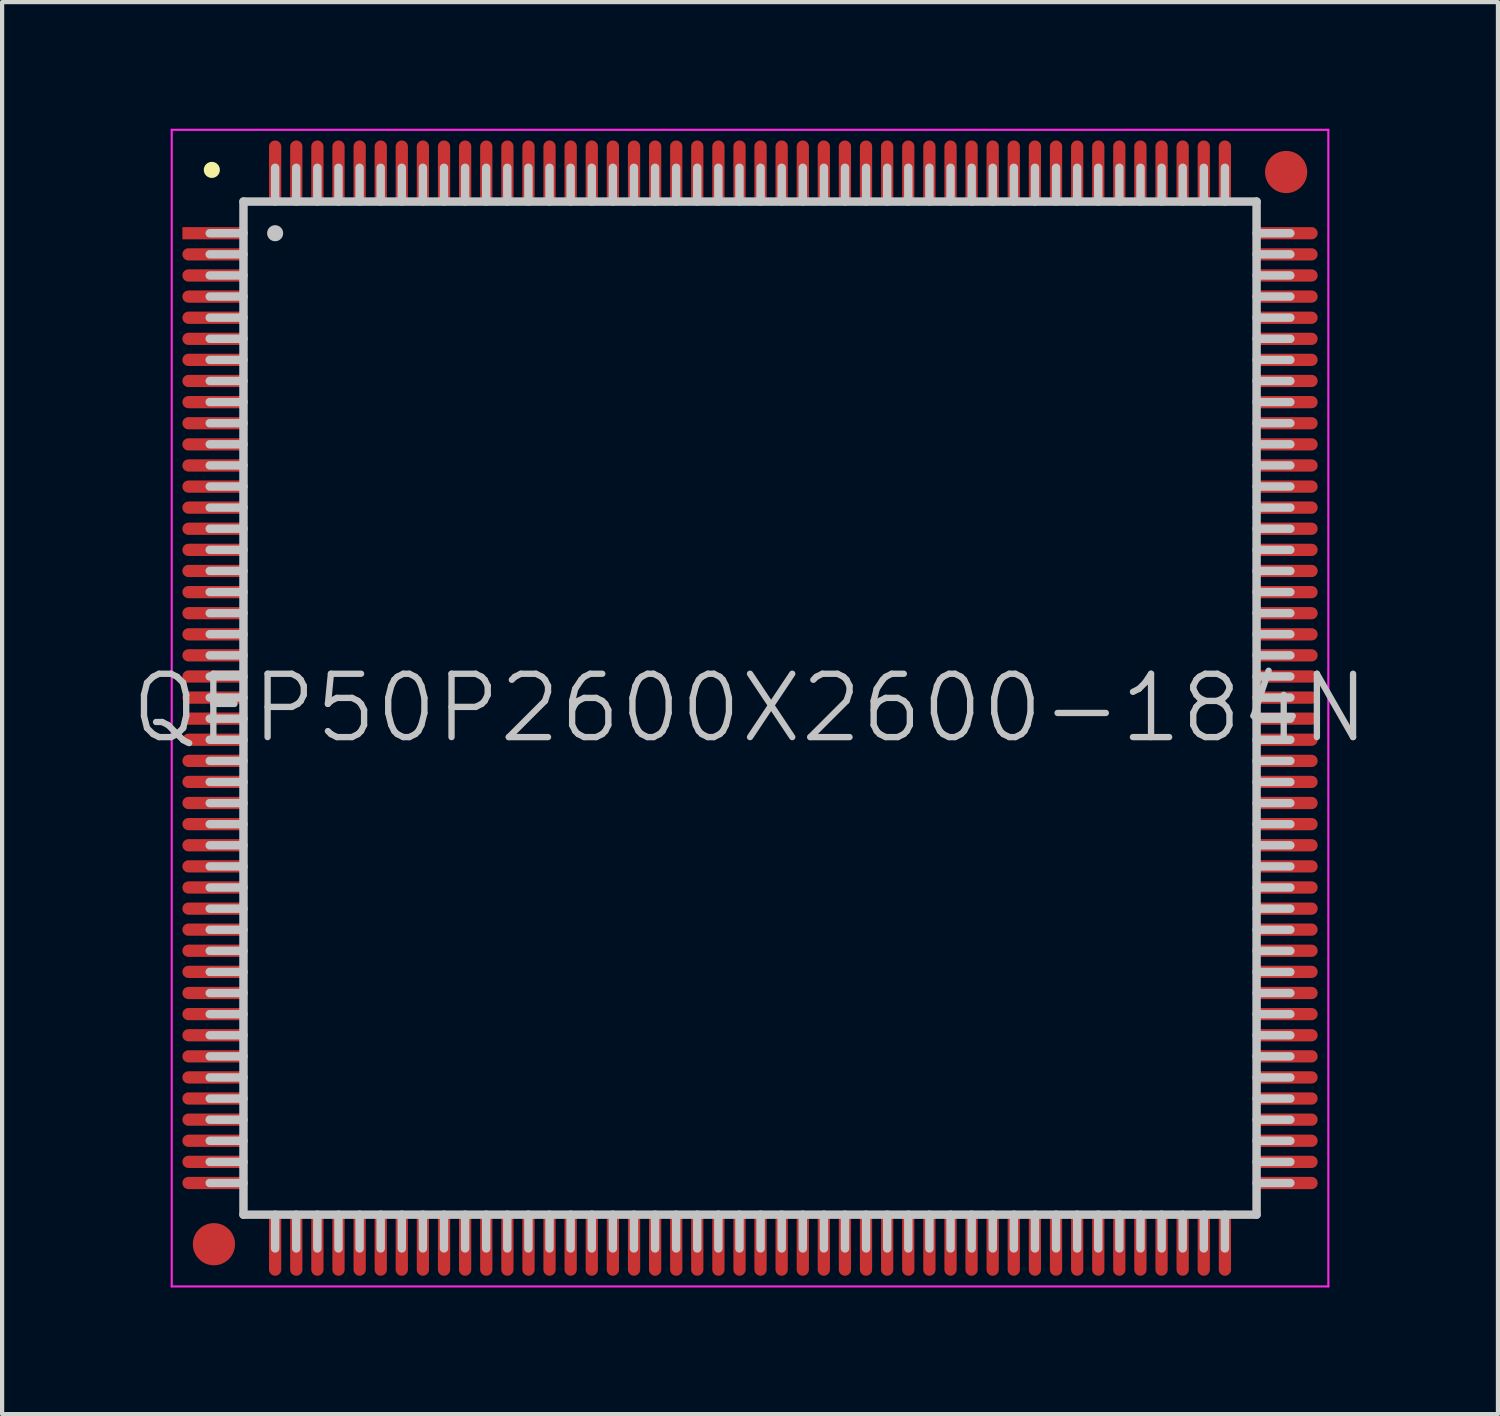
<source format=kicad_pcb>
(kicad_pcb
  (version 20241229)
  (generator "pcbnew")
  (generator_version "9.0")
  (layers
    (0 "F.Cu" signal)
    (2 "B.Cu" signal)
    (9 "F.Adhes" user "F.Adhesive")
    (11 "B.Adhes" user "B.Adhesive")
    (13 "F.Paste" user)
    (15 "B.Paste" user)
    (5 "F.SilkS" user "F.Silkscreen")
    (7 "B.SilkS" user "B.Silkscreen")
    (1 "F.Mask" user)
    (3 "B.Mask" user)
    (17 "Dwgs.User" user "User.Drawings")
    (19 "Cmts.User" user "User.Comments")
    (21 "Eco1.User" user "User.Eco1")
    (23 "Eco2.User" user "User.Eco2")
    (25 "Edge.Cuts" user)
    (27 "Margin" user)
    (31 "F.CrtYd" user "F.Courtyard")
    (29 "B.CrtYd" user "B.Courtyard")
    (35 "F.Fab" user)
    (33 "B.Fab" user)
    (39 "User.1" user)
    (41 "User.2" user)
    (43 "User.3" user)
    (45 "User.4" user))
  (footprint "QFP50P2600X2600-184N"
    (layer "F.Cu")
    (at 14.718 13.725)
    (property "Reference" "QFP50P2600X2600-184N" (at 0 0 0) (layer "Dwgs.User") (effects (font (size 1.5 1.5) (thickness 0.15))))
    (attr smd)
    (fp_line (start -12.75 -12.75) (end -12.75 -12.75) (stroke (width 0.381) (type solid)) (layer "F.SilkS"))
    (fp_line (start -12 -12) (end -12 12) (stroke (width 0.2) (type solid)) (layer "Dwgs.User"))
    (fp_line (start -12 -12) (end 12 -12) (stroke (width 0.2) (type solid)) (layer "Dwgs.User"))
    (fp_line (start -12 -11.25) (end -12.8 -11.25) (stroke (width 0.2) (type solid)) (layer "Dwgs.User"))
    (fp_line (start -12 -10.75) (end -12.8 -10.75) (stroke (width 0.2) (type solid)) (layer "Dwgs.User"))
    (fp_line (start -12 -10.25) (end -12.8 -10.25) (stroke (width 0.2) (type solid)) (layer "Dwgs.User"))
    (fp_line (start -12 -9.75) (end -12.8 -9.75) (stroke (width 0.2) (type solid)) (layer "Dwgs.User"))
    (fp_line (start -12 -9.25) (end -12.8 -9.25) (stroke (width 0.2) (type solid)) (layer "Dwgs.User"))
    (fp_line (start -12 -8.75) (end -12.8 -8.75) (stroke (width 0.2) (type solid)) (layer "Dwgs.User"))
    (fp_line (start -12 -8.25) (end -12.8 -8.25) (stroke (width 0.2) (type solid)) (layer "Dwgs.User"))
    (fp_line (start -12 -7.75) (end -12.8 -7.75) (stroke (width 0.2) (type solid)) (layer "Dwgs.User"))
    (fp_line (start -12 -7.25) (end -12.8 -7.25) (stroke (width 0.2) (type solid)) (layer "Dwgs.User"))
    (fp_line (start -12 -6.75) (end -12.8 -6.75) (stroke (width 0.2) (type solid)) (layer "Dwgs.User"))
    (fp_line (start -12 -6.25) (end -12.8 -6.25) (stroke (width 0.2) (type solid)) (layer "Dwgs.User"))
    (fp_line (start -12 -5.75) (end -12.8 -5.75) (stroke (width 0.2) (type solid)) (layer "Dwgs.User"))
    (fp_line (start -12 -5.25) (end -12.8 -5.25) (stroke (width 0.2) (type solid)) (layer "Dwgs.User"))
    (fp_line (start -12 -4.75) (end -12.8 -4.75) (stroke (width 0.2) (type solid)) (layer "Dwgs.User"))
    (fp_line (start -12 -4.25) (end -12.8 -4.25) (stroke (width 0.2) (type solid)) (layer "Dwgs.User"))
    (fp_line (start -12 -3.75) (end -12.8 -3.75) (stroke (width 0.2) (type solid)) (layer "Dwgs.User"))
    (fp_line (start -12 -3.25) (end -12.8 -3.25) (stroke (width 0.2) (type solid)) (layer "Dwgs.User"))
    (fp_line (start -12 -2.75) (end -12.8 -2.75) (stroke (width 0.2) (type solid)) (layer "Dwgs.User"))
    (fp_line (start -12 -2.25) (end -12.8 -2.25) (stroke (width 0.2) (type solid)) (layer "Dwgs.User"))
    (fp_line (start -12 -1.75) (end -12.8 -1.75) (stroke (width 0.2) (type solid)) (layer "Dwgs.User"))
    (fp_line (start -12 -1.25) (end -12.8 -1.25) (stroke (width 0.2) (type solid)) (layer "Dwgs.User"))
    (fp_line (start -12 -0.75) (end -12.8 -0.75) (stroke (width 0.2) (type solid)) (layer "Dwgs.User"))
    (fp_line (start -12 -0.25) (end -12.8 -0.25) (stroke (width 0.2) (type solid)) (layer "Dwgs.User"))
    (fp_line (start -12 0.25) (end -12.8 0.25) (stroke (width 0.2) (type solid)) (layer "Dwgs.User"))
    (fp_line (start -12 0.75) (end -12.8 0.75) (stroke (width 0.2) (type solid)) (layer "Dwgs.User"))
    (fp_line (start -12 1.25) (end -12.8 1.25) (stroke (width 0.2) (type solid)) (layer "Dwgs.User"))
    (fp_line (start -12 1.75) (end -12.8 1.75) (stroke (width 0.2) (type solid)) (layer "Dwgs.User"))
    (fp_line (start -12 2.25) (end -12.8 2.25) (stroke (width 0.2) (type solid)) (layer "Dwgs.User"))
    (fp_line (start -12 2.75) (end -12.8 2.75) (stroke (width 0.2) (type solid)) (layer "Dwgs.User"))
    (fp_line (start -12 3.25) (end -12.8 3.25) (stroke (width 0.2) (type solid)) (layer "Dwgs.User"))
    (fp_line (start -12 3.75) (end -12.8 3.75) (stroke (width 0.2) (type solid)) (layer "Dwgs.User"))
    (fp_line (start -12 4.25) (end -12.8 4.25) (stroke (width 0.2) (type solid)) (layer "Dwgs.User"))
    (fp_line (start -12 4.75) (end -12.8 4.75) (stroke (width 0.2) (type solid)) (layer "Dwgs.User"))
    (fp_line (start -12 5.25) (end -12.8 5.25) (stroke (width 0.2) (type solid)) (layer "Dwgs.User"))
    (fp_line (start -12 5.75) (end -12.8 5.75) (stroke (width 0.2) (type solid)) (layer "Dwgs.User"))
    (fp_line (start -12 6.25) (end -12.8 6.25) (stroke (width 0.2) (type solid)) (layer "Dwgs.User"))
    (fp_line (start -12 6.75) (end -12.8 6.75) (stroke (width 0.2) (type solid)) (layer "Dwgs.User"))
    (fp_line (start -12 7.25) (end -12.8 7.25) (stroke (width 0.2) (type solid)) (layer "Dwgs.User"))
    (fp_line (start -12 7.75) (end -12.8 7.75) (stroke (width 0.2) (type solid)) (layer "Dwgs.User"))
    (fp_line (start -12 8.25) (end -12.8 8.25) (stroke (width 0.2) (type solid)) (layer "Dwgs.User"))
    (fp_line (start -12 8.75) (end -12.8 8.75) (stroke (width 0.2) (type solid)) (layer "Dwgs.User"))
    (fp_line (start -12 9.25) (end -12.8 9.25) (stroke (width 0.2) (type solid)) (layer "Dwgs.User"))
    (fp_line (start -12 9.75) (end -12.8 9.75) (stroke (width 0.2) (type solid)) (layer "Dwgs.User"))
    (fp_line (start -12 10.25) (end -12.8 10.25) (stroke (width 0.2) (type solid)) (layer "Dwgs.User"))
    (fp_line (start -12 10.75) (end -12.8 10.75) (stroke (width 0.2) (type solid)) (layer "Dwgs.User"))
    (fp_line (start -12 11.25) (end -12.8 11.25) (stroke (width 0.2) (type solid)) (layer "Dwgs.User"))
    (fp_line (start -12 12) (end 12 12) (stroke (width 0.2) (type solid)) (layer "Dwgs.User"))
    (fp_line (start -11.25 -12) (end -11.25 -12.8) (stroke (width 0.2) (type solid)) (layer "Dwgs.User"))
    (fp_line (start -11.25 -11.25) (end -11.25 -11.25) (stroke (width 0.381) (type solid)) (layer "Dwgs.User"))
    (fp_line (start -11.25 12.8) (end -11.25 12) (stroke (width 0.2) (type solid)) (layer "Dwgs.User"))
    (fp_line (start -10.75 -12) (end -10.75 -12.8) (stroke (width 0.2) (type solid)) (layer "Dwgs.User"))
    (fp_line (start -10.75 12.8) (end -10.75 12) (stroke (width 0.2) (type solid)) (layer "Dwgs.User"))
    (fp_line (start -10.25 -12) (end -10.25 -12.8) (stroke (width 0.2) (type solid)) (layer "Dwgs.User"))
    (fp_line (start -10.25 12.8) (end -10.25 12) (stroke (width 0.2) (type solid)) (layer "Dwgs.User"))
    (fp_line (start -9.75 -12) (end -9.75 -12.8) (stroke (width 0.2) (type solid)) (layer "Dwgs.User"))
    (fp_line (start -9.75 12.8) (end -9.75 12) (stroke (width 0.2) (type solid)) (layer "Dwgs.User"))
    (fp_line (start -9.25 -12) (end -9.25 -12.8) (stroke (width 0.2) (type solid)) (layer "Dwgs.User"))
    (fp_line (start -9.25 12.8) (end -9.25 12) (stroke (width 0.2) (type solid)) (layer "Dwgs.User"))
    (fp_line (start -8.75 -12) (end -8.75 -12.8) (stroke (width 0.2) (type solid)) (layer "Dwgs.User"))
    (fp_line (start -8.75 12.8) (end -8.75 12) (stroke (width 0.2) (type solid)) (layer "Dwgs.User"))
    (fp_line (start -8.25 -12) (end -8.25 -12.8) (stroke (width 0.2) (type solid)) (layer "Dwgs.User"))
    (fp_line (start -8.25 12.8) (end -8.25 12) (stroke (width 0.2) (type solid)) (layer "Dwgs.User"))
    (fp_line (start -7.75 -12) (end -7.75 -12.8) (stroke (width 0.2) (type solid)) (layer "Dwgs.User"))
    (fp_line (start -7.75 12.8) (end -7.75 12) (stroke (width 0.2) (type solid)) (layer "Dwgs.User"))
    (fp_line (start -7.25 -12) (end -7.25 -12.8) (stroke (width 0.2) (type solid)) (layer "Dwgs.User"))
    (fp_line (start -7.25 12.8) (end -7.25 12) (stroke (width 0.2) (type solid)) (layer "Dwgs.User"))
    (fp_line (start -6.75 -12) (end -6.75 -12.8) (stroke (width 0.2) (type solid)) (layer "Dwgs.User"))
    (fp_line (start -6.75 12.8) (end -6.75 12) (stroke (width 0.2) (type solid)) (layer "Dwgs.User"))
    (fp_line (start -6.25 -12) (end -6.25 -12.8) (stroke (width 0.2) (type solid)) (layer "Dwgs.User"))
    (fp_line (start -6.25 12.8) (end -6.25 12) (stroke (width 0.2) (type solid)) (layer "Dwgs.User"))
    (fp_line (start -5.75 -12) (end -5.75 -12.8) (stroke (width 0.2) (type solid)) (layer "Dwgs.User"))
    (fp_line (start -5.75 12.8) (end -5.75 12) (stroke (width 0.2) (type solid)) (layer "Dwgs.User"))
    (fp_line (start -5.25 -12) (end -5.25 -12.8) (stroke (width 0.2) (type solid)) (layer "Dwgs.User"))
    (fp_line (start -5.25 12.8) (end -5.25 12) (stroke (width 0.2) (type solid)) (layer "Dwgs.User"))
    (fp_line (start -4.75 -12) (end -4.75 -12.8) (stroke (width 0.2) (type solid)) (layer "Dwgs.User"))
    (fp_line (start -4.75 12.8) (end -4.75 12) (stroke (width 0.2) (type solid)) (layer "Dwgs.User"))
    (fp_line (start -4.25 -12) (end -4.25 -12.8) (stroke (width 0.2) (type solid)) (layer "Dwgs.User"))
    (fp_line (start -4.25 12.8) (end -4.25 12) (stroke (width 0.2) (type solid)) (layer "Dwgs.User"))
    (fp_line (start -3.75 -12) (end -3.75 -12.8) (stroke (width 0.2) (type solid)) (layer "Dwgs.User"))
    (fp_line (start -3.75 12.8) (end -3.75 12) (stroke (width 0.2) (type solid)) (layer "Dwgs.User"))
    (fp_line (start -3.25 -12) (end -3.25 -12.8) (stroke (width 0.2) (type solid)) (layer "Dwgs.User"))
    (fp_line (start -3.25 12.8) (end -3.25 12) (stroke (width 0.2) (type solid)) (layer "Dwgs.User"))
    (fp_line (start -2.75 -12) (end -2.75 -12.8) (stroke (width 0.2) (type solid)) (layer "Dwgs.User"))
    (fp_line (start -2.75 12.8) (end -2.75 12) (stroke (width 0.2) (type solid)) (layer "Dwgs.User"))
    (fp_line (start -2.25 -12) (end -2.25 -12.8) (stroke (width 0.2) (type solid)) (layer "Dwgs.User"))
    (fp_line (start -2.25 12.8) (end -2.25 12) (stroke (width 0.2) (type solid)) (layer "Dwgs.User"))
    (fp_line (start -1.75 -12) (end -1.75 -12.8) (stroke (width 0.2) (type solid)) (layer "Dwgs.User"))
    (fp_line (start -1.75 12.8) (end -1.75 12) (stroke (width 0.2) (type solid)) (layer "Dwgs.User"))
    (fp_line (start -1.25 -12) (end -1.25 -12.8) (stroke (width 0.2) (type solid)) (layer "Dwgs.User"))
    (fp_line (start -1.25 12.8) (end -1.25 12) (stroke (width 0.2) (type solid)) (layer "Dwgs.User"))
    (fp_line (start -0.75 -12) (end -0.75 -12.8) (stroke (width 0.2) (type solid)) (layer "Dwgs.User"))
    (fp_line (start -0.75 12.8) (end -0.75 12) (stroke (width 0.2) (type solid)) (layer "Dwgs.User"))
    (fp_line (start -0.25 -12) (end -0.25 -12.8) (stroke (width 0.2) (type solid)) (layer "Dwgs.User"))
    (fp_line (start -0.25 12.8) (end -0.25 12) (stroke (width 0.2) (type solid)) (layer "Dwgs.User"))
    (fp_line (start 0.25 -12) (end 0.25 -12.8) (stroke (width 0.2) (type solid)) (layer "Dwgs.User"))
    (fp_line (start 0.25 12.8) (end 0.25 12) (stroke (width 0.2) (type solid)) (layer "Dwgs.User"))
    (fp_line (start 0.75 -12) (end 0.75 -12.8) (stroke (width 0.2) (type solid)) (layer "Dwgs.User"))
    (fp_line (start 0.75 12.8) (end 0.75 12) (stroke (width 0.2) (type solid)) (layer "Dwgs.User"))
    (fp_line (start 1.25 -12) (end 1.25 -12.8) (stroke (width 0.2) (type solid)) (layer "Dwgs.User"))
    (fp_line (start 1.25 12.8) (end 1.25 12) (stroke (width 0.2) (type solid)) (layer "Dwgs.User"))
    (fp_line (start 1.75 -12) (end 1.75 -12.8) (stroke (width 0.2) (type solid)) (layer "Dwgs.User"))
    (fp_line (start 1.75 12.8) (end 1.75 12) (stroke (width 0.2) (type solid)) (layer "Dwgs.User"))
    (fp_line (start 2.25 -12) (end 2.25 -12.8) (stroke (width 0.2) (type solid)) (layer "Dwgs.User"))
    (fp_line (start 2.25 12.8) (end 2.25 12) (stroke (width 0.2) (type solid)) (layer "Dwgs.User"))
    (fp_line (start 2.75 -12) (end 2.75 -12.8) (stroke (width 0.2) (type solid)) (layer "Dwgs.User"))
    (fp_line (start 2.75 12.8) (end 2.75 12) (stroke (width 0.2) (type solid)) (layer "Dwgs.User"))
    (fp_line (start 3.25 -12) (end 3.25 -12.8) (stroke (width 0.2) (type solid)) (layer "Dwgs.User"))
    (fp_line (start 3.25 12.8) (end 3.25 12) (stroke (width 0.2) (type solid)) (layer "Dwgs.User"))
    (fp_line (start 3.75 -12) (end 3.75 -12.8) (stroke (width 0.2) (type solid)) (layer "Dwgs.User"))
    (fp_line (start 3.75 12.8) (end 3.75 12) (stroke (width 0.2) (type solid)) (layer "Dwgs.User"))
    (fp_line (start 4.25 -12) (end 4.25 -12.8) (stroke (width 0.2) (type solid)) (layer "Dwgs.User"))
    (fp_line (start 4.25 12.8) (end 4.25 12) (stroke (width 0.2) (type solid)) (layer "Dwgs.User"))
    (fp_line (start 4.75 -12) (end 4.75 -12.8) (stroke (width 0.2) (type solid)) (layer "Dwgs.User"))
    (fp_line (start 4.75 12.8) (end 4.75 12) (stroke (width 0.2) (type solid)) (layer "Dwgs.User"))
    (fp_line (start 5.25 -12) (end 5.25 -12.8) (stroke (width 0.2) (type solid)) (layer "Dwgs.User"))
    (fp_line (start 5.25 12.8) (end 5.25 12) (stroke (width 0.2) (type solid)) (layer "Dwgs.User"))
    (fp_line (start 5.75 -12) (end 5.75 -12.8) (stroke (width 0.2) (type solid)) (layer "Dwgs.User"))
    (fp_line (start 5.75 12.8) (end 5.75 12) (stroke (width 0.2) (type solid)) (layer "Dwgs.User"))
    (fp_line (start 6.25 -12) (end 6.25 -12.8) (stroke (width 0.2) (type solid)) (layer "Dwgs.User"))
    (fp_line (start 6.25 12.8) (end 6.25 12) (stroke (width 0.2) (type solid)) (layer "Dwgs.User"))
    (fp_line (start 6.75 -12) (end 6.75 -12.8) (stroke (width 0.2) (type solid)) (layer "Dwgs.User"))
    (fp_line (start 6.75 12.8) (end 6.75 12) (stroke (width 0.2) (type solid)) (layer "Dwgs.User"))
    (fp_line (start 7.25 -12) (end 7.25 -12.8) (stroke (width 0.2) (type solid)) (layer "Dwgs.User"))
    (fp_line (start 7.25 12.8) (end 7.25 12) (stroke (width 0.2) (type solid)) (layer "Dwgs.User"))
    (fp_line (start 7.75 -12) (end 7.75 -12.8) (stroke (width 0.2) (type solid)) (layer "Dwgs.User"))
    (fp_line (start 7.75 12.8) (end 7.75 12) (stroke (width 0.2) (type solid)) (layer "Dwgs.User"))
    (fp_line (start 8.25 -12) (end 8.25 -12.8) (stroke (width 0.2) (type solid)) (layer "Dwgs.User"))
    (fp_line (start 8.25 12.8) (end 8.25 12) (stroke (width 0.2) (type solid)) (layer "Dwgs.User"))
    (fp_line (start 8.75 -12) (end 8.75 -12.8) (stroke (width 0.2) (type solid)) (layer "Dwgs.User"))
    (fp_line (start 8.75 12.8) (end 8.75 12) (stroke (width 0.2) (type solid)) (layer "Dwgs.User"))
    (fp_line (start 9.25 -12) (end 9.25 -12.8) (stroke (width 0.2) (type solid)) (layer "Dwgs.User"))
    (fp_line (start 9.25 12.8) (end 9.25 12) (stroke (width 0.2) (type solid)) (layer "Dwgs.User"))
    (fp_line (start 9.75 -12) (end 9.75 -12.8) (stroke (width 0.2) (type solid)) (layer "Dwgs.User"))
    (fp_line (start 9.75 12.8) (end 9.75 12) (stroke (width 0.2) (type solid)) (layer "Dwgs.User"))
    (fp_line (start 10.25 -12) (end 10.25 -12.8) (stroke (width 0.2) (type solid)) (layer "Dwgs.User"))
    (fp_line (start 10.25 12.8) (end 10.25 12) (stroke (width 0.2) (type solid)) (layer "Dwgs.User"))
    (fp_line (start 10.75 -12) (end 10.75 -12.8) (stroke (width 0.2) (type solid)) (layer "Dwgs.User"))
    (fp_line (start 10.75 12.8) (end 10.75 12) (stroke (width 0.2) (type solid)) (layer "Dwgs.User"))
    (fp_line (start 11.25 -12) (end 11.25 -12.8) (stroke (width 0.2) (type solid)) (layer "Dwgs.User"))
    (fp_line (start 11.25 12.8) (end 11.25 12) (stroke (width 0.2) (type solid)) (layer "Dwgs.User"))
    (fp_line (start 12 -12) (end 12 12) (stroke (width 0.2) (type solid)) (layer "Dwgs.User"))
    (fp_line (start 12.8 -11.25) (end 12 -11.25) (stroke (width 0.2) (type solid)) (layer "Dwgs.User"))
    (fp_line (start 12.8 -10.75) (end 12 -10.75) (stroke (width 0.2) (type solid)) (layer "Dwgs.User"))
    (fp_line (start 12.8 -10.25) (end 12 -10.25) (stroke (width 0.2) (type solid)) (layer "Dwgs.User"))
    (fp_line (start 12.8 -9.75) (end 12 -9.75) (stroke (width 0.2) (type solid)) (layer "Dwgs.User"))
    (fp_line (start 12.8 -9.25) (end 12 -9.25) (stroke (width 0.2) (type solid)) (layer "Dwgs.User"))
    (fp_line (start 12.8 -8.75) (end 12 -8.75) (stroke (width 0.2) (type solid)) (layer "Dwgs.User"))
    (fp_line (start 12.8 -8.25) (end 12 -8.25) (stroke (width 0.2) (type solid)) (layer "Dwgs.User"))
    (fp_line (start 12.8 -7.75) (end 12 -7.75) (stroke (width 0.2) (type solid)) (layer "Dwgs.User"))
    (fp_line (start 12.8 -7.25) (end 12 -7.25) (stroke (width 0.2) (type solid)) (layer "Dwgs.User"))
    (fp_line (start 12.8 -6.75) (end 12 -6.75) (stroke (width 0.2) (type solid)) (layer "Dwgs.User"))
    (fp_line (start 12.8 -6.25) (end 12 -6.25) (stroke (width 0.2) (type solid)) (layer "Dwgs.User"))
    (fp_line (start 12.8 -5.75) (end 12 -5.75) (stroke (width 0.2) (type solid)) (layer "Dwgs.User"))
    (fp_line (start 12.8 -5.25) (end 12 -5.25) (stroke (width 0.2) (type solid)) (layer "Dwgs.User"))
    (fp_line (start 12.8 -4.75) (end 12 -4.75) (stroke (width 0.2) (type solid)) (layer "Dwgs.User"))
    (fp_line (start 12.8 -4.25) (end 12 -4.25) (stroke (width 0.2) (type solid)) (layer "Dwgs.User"))
    (fp_line (start 12.8 -3.75) (end 12 -3.75) (stroke (width 0.2) (type solid)) (layer "Dwgs.User"))
    (fp_line (start 12.8 -3.25) (end 12 -3.25) (stroke (width 0.2) (type solid)) (layer "Dwgs.User"))
    (fp_line (start 12.8 -2.75) (end 12 -2.75) (stroke (width 0.2) (type solid)) (layer "Dwgs.User"))
    (fp_line (start 12.8 -2.25) (end 12 -2.25) (stroke (width 0.2) (type solid)) (layer "Dwgs.User"))
    (fp_line (start 12.8 -1.75) (end 12 -1.75) (stroke (width 0.2) (type solid)) (layer "Dwgs.User"))
    (fp_line (start 12.8 -1.25) (end 12 -1.25) (stroke (width 0.2) (type solid)) (layer "Dwgs.User"))
    (fp_line (start 12.8 -0.75) (end 12 -0.75) (stroke (width 0.2) (type solid)) (layer "Dwgs.User"))
    (fp_line (start 12.8 -0.25) (end 12 -0.25) (stroke (width 0.2) (type solid)) (layer "Dwgs.User"))
    (fp_line (start 12.8 0.25) (end 12 0.25) (stroke (width 0.2) (type solid)) (layer "Dwgs.User"))
    (fp_line (start 12.8 0.75) (end 12 0.75) (stroke (width 0.2) (type solid)) (layer "Dwgs.User"))
    (fp_line (start 12.8 1.25) (end 12 1.25) (stroke (width 0.2) (type solid)) (layer "Dwgs.User"))
    (fp_line (start 12.8 1.75) (end 12 1.75) (stroke (width 0.2) (type solid)) (layer "Dwgs.User"))
    (fp_line (start 12.8 2.25) (end 12 2.25) (stroke (width 0.2) (type solid)) (layer "Dwgs.User"))
    (fp_line (start 12.8 2.75) (end 12 2.75) (stroke (width 0.2) (type solid)) (layer "Dwgs.User"))
    (fp_line (start 12.8 3.25) (end 12 3.25) (stroke (width 0.2) (type solid)) (layer "Dwgs.User"))
    (fp_line (start 12.8 3.75) (end 12 3.75) (stroke (width 0.2) (type solid)) (layer "Dwgs.User"))
    (fp_line (start 12.8 4.25) (end 12 4.25) (stroke (width 0.2) (type solid)) (layer "Dwgs.User"))
    (fp_line (start 12.8 4.75) (end 12 4.75) (stroke (width 0.2) (type solid)) (layer "Dwgs.User"))
    (fp_line (start 12.8 5.25) (end 12 5.25) (stroke (width 0.2) (type solid)) (layer "Dwgs.User"))
    (fp_line (start 12.8 5.75) (end 12 5.75) (stroke (width 0.2) (type solid)) (layer "Dwgs.User"))
    (fp_line (start 12.8 6.25) (end 12 6.25) (stroke (width 0.2) (type solid)) (layer "Dwgs.User"))
    (fp_line (start 12.8 6.75) (end 12 6.75) (stroke (width 0.2) (type solid)) (layer "Dwgs.User"))
    (fp_line (start 12.8 7.25) (end 12 7.25) (stroke (width 0.2) (type solid)) (layer "Dwgs.User"))
    (fp_line (start 12.8 7.75) (end 12 7.75) (stroke (width 0.2) (type solid)) (layer "Dwgs.User"))
    (fp_line (start 12.8 8.25) (end 12 8.25) (stroke (width 0.2) (type solid)) (layer "Dwgs.User"))
    (fp_line (start 12.8 8.75) (end 12 8.75) (stroke (width 0.2) (type solid)) (layer "Dwgs.User"))
    (fp_line (start 12.8 9.25) (end 12 9.25) (stroke (width 0.2) (type solid)) (layer "Dwgs.User"))
    (fp_line (start 12.8 9.75) (end 12 9.75) (stroke (width 0.2) (type solid)) (layer "Dwgs.User"))
    (fp_line (start 12.8 10.25) (end 12 10.25) (stroke (width 0.2) (type solid)) (layer "Dwgs.User"))
    (fp_line (start 12.8 10.75) (end 12 10.75) (stroke (width 0.2) (type solid)) (layer "Dwgs.User"))
    (fp_line (start 12.8 11.25) (end 12 11.25) (stroke (width 0.2) (type solid)) (layer "Dwgs.User"))
    (fp_line (start -13.7 -13.7) (end -13.7 13.7) (stroke (width 0.05) (type solid)) (layer "F.CrtYd"))
    (fp_line (start -13.7 -13.7) (end 13.7 -13.7) (stroke (width 0.05) (type solid)) (layer "F.CrtYd"))
    (fp_line (start -13.7 13.7) (end 13.7 13.7) (stroke (width 0.05) (type solid)) (layer "F.CrtYd"))
    (fp_line (start 13.7 -13.7) (end 13.7 13.7) (stroke (width 0.05) (type solid)) (layer "F.CrtYd"))
    (pad "" smd circle (at -12.7 12.7) (size 1 1) (layers "F.Cu" "F.Mask"))
    (pad "" smd circle (at 12.7 -12.7) (size 1 1) (layers "F.Cu" "F.Mask"))
    (pad "1" smd rect (at -12.697 -11.25 90) (size 0.29 1.5) (layers "F.Cu" "F.Mask" "F.Paste"))
    (pad "2" smd oval (at -12.697 -10.749 90) (size 0.29 1.5) (layers "F.Cu" "F.Mask" "F.Paste"))
    (pad "3" smd oval (at -12.697 -10.249 90) (size 0.29 1.5) (layers "F.Cu" "F.Mask" "F.Paste"))
    (pad "4" smd oval (at -12.697 -9.749 90) (size 0.29 1.5) (layers "F.Cu" "F.Mask" "F.Paste"))
    (pad "5" smd oval (at -12.697 -9.248 90) (size 0.29 1.5) (layers "F.Cu" "F.Mask" "F.Paste"))
    (pad "6" smd oval (at -12.697 -8.748 90) (size 0.29 1.5) (layers "F.Cu" "F.Mask" "F.Paste"))
    (pad "7" smd oval (at -12.697 -8.25 90) (size 0.29 1.5) (layers "F.Cu" "F.Mask" "F.Paste"))
    (pad "8" smd oval (at -12.697 -7.75 90) (size 0.29 1.5) (layers "F.Cu" "F.Mask" "F.Paste"))
    (pad "9" smd oval (at -12.697 -7.249 90) (size 0.29 1.5) (layers "F.Cu" "F.Mask" "F.Paste"))
    (pad "10" smd oval (at -12.697 -6.749 90) (size 0.29 1.5) (layers "F.Cu" "F.Mask" "F.Paste"))
    (pad "11" smd oval (at -12.697 -6.248 90) (size 0.29 1.5) (layers "F.Cu" "F.Mask" "F.Paste"))
    (pad "12" smd oval (at -12.697 -5.748 90) (size 0.29 1.5) (layers "F.Cu" "F.Mask" "F.Paste"))
    (pad "13" smd oval (at -12.697 -5.248 90) (size 0.29 1.5) (layers "F.Cu" "F.Mask" "F.Paste"))
    (pad "14" smd oval (at -12.697 -4.75 90) (size 0.29 1.5) (layers "F.Cu" "F.Mask" "F.Paste"))
    (pad "15" smd oval (at -12.697 -4.249 90) (size 0.29 1.5) (layers "F.Cu" "F.Mask" "F.Paste"))
    (pad "16" smd oval (at -12.697 -3.749 90) (size 0.29 1.5) (layers "F.Cu" "F.Mask" "F.Paste"))
    (pad "17" smd oval (at -12.697 -3.249 90) (size 0.29 1.5) (layers "F.Cu" "F.Mask" "F.Paste"))
    (pad "18" smd oval (at -12.697 -2.748 90) (size 0.29 1.5) (layers "F.Cu" "F.Mask" "F.Paste"))
    (pad "19" smd oval (at -12.697 -2.248 90) (size 0.29 1.5) (layers "F.Cu" "F.Mask" "F.Paste"))
    (pad "20" smd oval (at -12.697 -1.748 90) (size 0.29 1.5) (layers "F.Cu" "F.Mask" "F.Paste"))
    (pad "21" smd oval (at -12.697 -1.25 90) (size 0.29 1.5) (layers "F.Cu" "F.Mask" "F.Paste"))
    (pad "22" smd oval (at -12.697 -0.749 90) (size 0.29 1.5) (layers "F.Cu" "F.Mask" "F.Paste"))
    (pad "23" smd oval (at -12.697 -0.249 90) (size 0.29 1.5) (layers "F.Cu" "F.Mask" "F.Paste"))
    (pad "24" smd oval (at -12.697 0.249 90) (size 0.29 1.5) (layers "F.Cu" "F.Mask" "F.Paste"))
    (pad "25" smd oval (at -12.697 0.749 90) (size 0.29 1.5) (layers "F.Cu" "F.Mask" "F.Paste"))
    (pad "26" smd oval (at -12.697 1.25 90) (size 0.29 1.5) (layers "F.Cu" "F.Mask" "F.Paste"))
    (pad "27" smd oval (at -12.697 1.748 90) (size 0.29 1.5) (layers "F.Cu" "F.Mask" "F.Paste"))
    (pad "28" smd oval (at -12.697 2.248 90) (size 0.29 1.5) (layers "F.Cu" "F.Mask" "F.Paste"))
    (pad "29" smd oval (at -12.697 2.748 90) (size 0.29 1.5) (layers "F.Cu" "F.Mask" "F.Paste"))
    (pad "30" smd oval (at -12.697 3.249 90) (size 0.29 1.5) (layers "F.Cu" "F.Mask" "F.Paste"))
    (pad "31" smd oval (at -12.697 3.749 90) (size 0.29 1.5) (layers "F.Cu" "F.Mask" "F.Paste"))
    (pad "32" smd oval (at -12.697 4.249 90) (size 0.29 1.5) (layers "F.Cu" "F.Mask" "F.Paste"))
    (pad "33" smd oval (at -12.697 4.75 90) (size 0.29 1.5) (layers "F.Cu" "F.Mask" "F.Paste"))
    (pad "34" smd oval (at -12.697 5.248 90) (size 0.29 1.5) (layers "F.Cu" "F.Mask" "F.Paste"))
    (pad "35" smd oval (at -12.697 5.748 90) (size 0.29 1.5) (layers "F.Cu" "F.Mask" "F.Paste"))
    (pad "36" smd oval (at -12.697 6.248 90) (size 0.29 1.5) (layers "F.Cu" "F.Mask" "F.Paste"))
    (pad "37" smd oval (at -12.697 6.749 90) (size 0.29 1.5) (layers "F.Cu" "F.Mask" "F.Paste"))
    (pad "38" smd oval (at -12.697 7.249 90) (size 0.29 1.5) (layers "F.Cu" "F.Mask" "F.Paste"))
    (pad "39" smd oval (at -12.697 7.75 90) (size 0.29 1.5) (layers "F.Cu" "F.Mask" "F.Paste"))
    (pad "40" smd oval (at -12.697 8.25 90) (size 0.29 1.5) (layers "F.Cu" "F.Mask" "F.Paste"))
    (pad "41" smd oval (at -12.697 8.748 90) (size 0.29 1.5) (layers "F.Cu" "F.Mask" "F.Paste"))
    (pad "42" smd oval (at -12.697 9.248 90) (size 0.29 1.5) (layers "F.Cu" "F.Mask" "F.Paste"))
    (pad "43" smd oval (at -12.697 9.749 90) (size 0.29 1.5) (layers "F.Cu" "F.Mask" "F.Paste"))
    (pad "44" smd oval (at -12.697 10.249 90) (size 0.29 1.5) (layers "F.Cu" "F.Mask" "F.Paste"))
    (pad "45" smd oval (at -12.697 10.749 90) (size 0.29 1.5) (layers "F.Cu" "F.Mask" "F.Paste"))
    (pad "46" smd oval (at -12.697 11.25 90) (size 0.29 1.5) (layers "F.Cu" "F.Mask" "F.Paste"))
    (pad "47" smd oval (at -11.25 12.697 180) (size 0.29 1.5) (layers "F.Cu" "F.Mask" "F.Paste"))
    (pad "48" smd oval (at -10.749 12.697 180) (size 0.29 1.5) (layers "F.Cu" "F.Mask" "F.Paste"))
    (pad "49" smd oval (at -10.249 12.697 180) (size 0.29 1.5) (layers "F.Cu" "F.Mask" "F.Paste"))
    (pad "50" smd oval (at -9.749 12.697 180) (size 0.29 1.5) (layers "F.Cu" "F.Mask" "F.Paste"))
    (pad "51" smd oval (at -9.248 12.697 180) (size 0.29 1.5) (layers "F.Cu" "F.Mask" "F.Paste"))
    (pad "52" smd oval (at -8.748 12.697 180) (size 0.29 1.5) (layers "F.Cu" "F.Mask" "F.Paste"))
    (pad "53" smd oval (at -8.25 12.697 180) (size 0.29 1.5) (layers "F.Cu" "F.Mask" "F.Paste"))
    (pad "54" smd oval (at -7.75 12.697 180) (size 0.29 1.5) (layers "F.Cu" "F.Mask" "F.Paste"))
    (pad "55" smd oval (at -7.249 12.697 180) (size 0.29 1.5) (layers "F.Cu" "F.Mask" "F.Paste"))
    (pad "56" smd oval (at -6.749 12.697 180) (size 0.29 1.5) (layers "F.Cu" "F.Mask" "F.Paste"))
    (pad "57" smd oval (at -6.248 12.697 180) (size 0.29 1.5) (layers "F.Cu" "F.Mask" "F.Paste"))
    (pad "58" smd oval (at -5.748 12.697 180) (size 0.29 1.5) (layers "F.Cu" "F.Mask" "F.Paste"))
    (pad "59" smd oval (at -5.248 12.697 180) (size 0.29 1.5) (layers "F.Cu" "F.Mask" "F.Paste"))
    (pad "60" smd oval (at -4.75 12.697 180) (size 0.29 1.5) (layers "F.Cu" "F.Mask" "F.Paste"))
    (pad "61" smd oval (at -4.249 12.697 180) (size 0.29 1.5) (layers "F.Cu" "F.Mask" "F.Paste"))
    (pad "62" smd oval (at -3.749 12.697 180) (size 0.29 1.5) (layers "F.Cu" "F.Mask" "F.Paste"))
    (pad "63" smd oval (at -3.249 12.697 180) (size 0.29 1.5) (layers "F.Cu" "F.Mask" "F.Paste"))
    (pad "64" smd oval (at -2.748 12.697 180) (size 0.29 1.5) (layers "F.Cu" "F.Mask" "F.Paste"))
    (pad "65" smd oval (at -2.248 12.697 180) (size 0.29 1.5) (layers "F.Cu" "F.Mask" "F.Paste"))
    (pad "66" smd oval (at -1.748 12.697 180) (size 0.29 1.5) (layers "F.Cu" "F.Mask" "F.Paste"))
    (pad "67" smd oval (at -1.25 12.697 180) (size 0.29 1.5) (layers "F.Cu" "F.Mask" "F.Paste"))
    (pad "68" smd oval (at -0.749 12.697 180) (size 0.29 1.5) (layers "F.Cu" "F.Mask" "F.Paste"))
    (pad "69" smd oval (at -0.249 12.697 180) (size 0.29 1.5) (layers "F.Cu" "F.Mask" "F.Paste"))
    (pad "70" smd oval (at 0.249 12.697 180) (size 0.29 1.5) (layers "F.Cu" "F.Mask" "F.Paste"))
    (pad "71" smd oval (at 0.749 12.697 180) (size 0.29 1.5) (layers "F.Cu" "F.Mask" "F.Paste"))
    (pad "72" smd oval (at 1.25 12.697 180) (size 0.29 1.5) (layers "F.Cu" "F.Mask" "F.Paste"))
    (pad "73" smd oval (at 1.748 12.697 180) (size 0.29 1.5) (layers "F.Cu" "F.Mask" "F.Paste"))
    (pad "74" smd oval (at 2.248 12.697 180) (size 0.29 1.5) (layers "F.Cu" "F.Mask" "F.Paste"))
    (pad "75" smd oval (at 2.748 12.697 180) (size 0.29 1.5) (layers "F.Cu" "F.Mask" "F.Paste"))
    (pad "76" smd oval (at 3.249 12.697 180) (size 0.29 1.5) (layers "F.Cu" "F.Mask" "F.Paste"))
    (pad "77" smd oval (at 3.749 12.697 180) (size 0.29 1.5) (layers "F.Cu" "F.Mask" "F.Paste"))
    (pad "78" smd oval (at 4.249 12.697 180) (size 0.29 1.5) (layers "F.Cu" "F.Mask" "F.Paste"))
    (pad "79" smd oval (at 4.75 12.697 180) (size 0.29 1.5) (layers "F.Cu" "F.Mask" "F.Paste"))
    (pad "80" smd oval (at 5.248 12.697 180) (size 0.29 1.5) (layers "F.Cu" "F.Mask" "F.Paste"))
    (pad "81" smd oval (at 5.748 12.697 180) (size 0.29 1.5) (layers "F.Cu" "F.Mask" "F.Paste"))
    (pad "82" smd oval (at 6.248 12.697 180) (size 0.29 1.5) (layers "F.Cu" "F.Mask" "F.Paste"))
    (pad "83" smd oval (at 6.749 12.697 180) (size 0.29 1.5) (layers "F.Cu" "F.Mask" "F.Paste"))
    (pad "84" smd oval (at 7.249 12.697 180) (size 0.29 1.5) (layers "F.Cu" "F.Mask" "F.Paste"))
    (pad "85" smd oval (at 7.75 12.697 180) (size 0.29 1.5) (layers "F.Cu" "F.Mask" "F.Paste"))
    (pad "86" smd oval (at 8.25 12.697 180) (size 0.29 1.5) (layers "F.Cu" "F.Mask" "F.Paste"))
    (pad "87" smd oval (at 8.748 12.697 180) (size 0.29 1.5) (layers "F.Cu" "F.Mask" "F.Paste"))
    (pad "88" smd oval (at 9.248 12.697 180) (size 0.29 1.5) (layers "F.Cu" "F.Mask" "F.Paste"))
    (pad "89" smd oval (at 9.749 12.697 180) (size 0.29 1.5) (layers "F.Cu" "F.Mask" "F.Paste"))
    (pad "90" smd oval (at 10.249 12.697 180) (size 0.29 1.5) (layers "F.Cu" "F.Mask" "F.Paste"))
    (pad "91" smd oval (at 10.749 12.697 180) (size 0.29 1.5) (layers "F.Cu" "F.Mask" "F.Paste"))
    (pad "92" smd oval (at 11.25 12.697 180) (size 0.29 1.5) (layers "F.Cu" "F.Mask" "F.Paste"))
    (pad "93" smd oval (at 12.697 11.25 270) (size 0.29 1.5) (layers "F.Cu" "F.Mask" "F.Paste"))
    (pad "94" smd oval (at 12.697 10.749 270) (size 0.29 1.5) (layers "F.Cu" "F.Mask" "F.Paste"))
    (pad "95" smd oval (at 12.697 10.249 270) (size 0.29 1.5) (layers "F.Cu" "F.Mask" "F.Paste"))
    (pad "96" smd oval (at 12.697 9.749 270) (size 0.29 1.5) (layers "F.Cu" "F.Mask" "F.Paste"))
    (pad "97" smd oval (at 12.697 9.248 270) (size 0.29 1.5) (layers "F.Cu" "F.Mask" "F.Paste"))
    (pad "98" smd oval (at 12.697 8.748 270) (size 0.29 1.5) (layers "F.Cu" "F.Mask" "F.Paste"))
    (pad "99" smd oval (at 12.697 8.25 270) (size 0.29 1.5) (layers "F.Cu" "F.Mask" "F.Paste"))
    (pad "100" smd oval (at 12.697 7.75 270) (size 0.29 1.5) (layers "F.Cu" "F.Mask" "F.Paste"))
    (pad "101" smd oval (at 12.697 7.249 270) (size 0.29 1.5) (layers "F.Cu" "F.Mask" "F.Paste"))
    (pad "102" smd oval (at 12.697 6.749 270) (size 0.29 1.5) (layers "F.Cu" "F.Mask" "F.Paste"))
    (pad "103" smd oval (at 12.697 6.248 270) (size 0.29 1.5) (layers "F.Cu" "F.Mask" "F.Paste"))
    (pad "104" smd oval (at 12.697 5.748 270) (size 0.29 1.5) (layers "F.Cu" "F.Mask" "F.Paste"))
    (pad "105" smd oval (at 12.697 5.248 270) (size 0.29 1.5) (layers "F.Cu" "F.Mask" "F.Paste"))
    (pad "106" smd oval (at 12.697 4.75 270) (size 0.29 1.5) (layers "F.Cu" "F.Mask" "F.Paste"))
    (pad "107" smd oval (at 12.697 4.249 270) (size 0.29 1.5) (layers "F.Cu" "F.Mask" "F.Paste"))
    (pad "108" smd oval (at 12.697 3.749 270) (size 0.29 1.5) (layers "F.Cu" "F.Mask" "F.Paste"))
    (pad "109" smd oval (at 12.697 3.249 270) (size 0.29 1.5) (layers "F.Cu" "F.Mask" "F.Paste"))
    (pad "110" smd oval (at 12.697 2.748 270) (size 0.29 1.5) (layers "F.Cu" "F.Mask" "F.Paste"))
    (pad "111" smd oval (at 12.697 2.248 270) (size 0.29 1.5) (layers "F.Cu" "F.Mask" "F.Paste"))
    (pad "112" smd oval (at 12.697 1.748 270) (size 0.29 1.5) (layers "F.Cu" "F.Mask" "F.Paste"))
    (pad "113" smd oval (at 12.697 1.25 270) (size 0.29 1.5) (layers "F.Cu" "F.Mask" "F.Paste"))
    (pad "114" smd oval (at 12.697 0.749 270) (size 0.29 1.5) (layers "F.Cu" "F.Mask" "F.Paste"))
    (pad "115" smd oval (at 12.697 0.249 270) (size 0.29 1.5) (layers "F.Cu" "F.Mask" "F.Paste"))
    (pad "116" smd oval (at 12.697 -0.249 270) (size 0.29 1.5) (layers "F.Cu" "F.Mask" "F.Paste"))
    (pad "117" smd oval (at 12.697 -0.749 270) (size 0.29 1.5) (layers "F.Cu" "F.Mask" "F.Paste"))
    (pad "118" smd oval (at 12.697 -1.25 270) (size 0.29 1.5) (layers "F.Cu" "F.Mask" "F.Paste"))
    (pad "119" smd oval (at 12.697 -1.748 270) (size 0.29 1.5) (layers "F.Cu" "F.Mask" "F.Paste"))
    (pad "120" smd oval (at 12.697 -2.248 270) (size 0.29 1.5) (layers "F.Cu" "F.Mask" "F.Paste"))
    (pad "121" smd oval (at 12.697 -2.748 270) (size 0.29 1.5) (layers "F.Cu" "F.Mask" "F.Paste"))
    (pad "122" smd oval (at 12.697 -3.249 270) (size 0.29 1.5) (layers "F.Cu" "F.Mask" "F.Paste"))
    (pad "123" smd oval (at 12.697 -3.749 270) (size 0.29 1.5) (layers "F.Cu" "F.Mask" "F.Paste"))
    (pad "124" smd oval (at 12.697 -4.249 270) (size 0.29 1.5) (layers "F.Cu" "F.Mask" "F.Paste"))
    (pad "125" smd oval (at 12.697 -4.75 270) (size 0.29 1.5) (layers "F.Cu" "F.Mask" "F.Paste"))
    (pad "126" smd oval (at 12.697 -5.248 270) (size 0.29 1.5) (layers "F.Cu" "F.Mask" "F.Paste"))
    (pad "127" smd oval (at 12.697 -5.748 270) (size 0.29 1.5) (layers "F.Cu" "F.Mask" "F.Paste"))
    (pad "128" smd oval (at 12.697 -6.248 270) (size 0.29 1.5) (layers "F.Cu" "F.Mask" "F.Paste"))
    (pad "129" smd oval (at 12.697 -6.749 270) (size 0.29 1.5) (layers "F.Cu" "F.Mask" "F.Paste"))
    (pad "130" smd oval (at 12.697 -7.249 270) (size 0.29 1.5) (layers "F.Cu" "F.Mask" "F.Paste"))
    (pad "131" smd oval (at 12.697 -7.75 270) (size 0.29 1.5) (layers "F.Cu" "F.Mask" "F.Paste"))
    (pad "132" smd oval (at 12.697 -8.25 270) (size 0.29 1.5) (layers "F.Cu" "F.Mask" "F.Paste"))
    (pad "133" smd oval (at 12.697 -8.748 270) (size 0.29 1.5) (layers "F.Cu" "F.Mask" "F.Paste"))
    (pad "134" smd oval (at 12.697 -9.248 270) (size 0.29 1.5) (layers "F.Cu" "F.Mask" "F.Paste"))
    (pad "135" smd oval (at 12.697 -9.749 270) (size 0.29 1.5) (layers "F.Cu" "F.Mask" "F.Paste"))
    (pad "136" smd oval (at 12.697 -10.249 270) (size 0.29 1.5) (layers "F.Cu" "F.Mask" "F.Paste"))
    (pad "137" smd oval (at 12.697 -10.749 270) (size 0.29 1.5) (layers "F.Cu" "F.Mask" "F.Paste"))
    (pad "138" smd oval (at 12.697 -11.25 270) (size 0.29 1.5) (layers "F.Cu" "F.Mask" "F.Paste"))
    (pad "139" smd oval (at 11.25 -12.697) (size 0.29 1.5) (layers "F.Cu" "F.Mask" "F.Paste"))
    (pad "140" smd oval (at 10.749 -12.697) (size 0.29 1.5) (layers "F.Cu" "F.Mask" "F.Paste"))
    (pad "141" smd oval (at 10.249 -12.697) (size 0.29 1.5) (layers "F.Cu" "F.Mask" "F.Paste"))
    (pad "142" smd oval (at 9.749 -12.697) (size 0.29 1.5) (layers "F.Cu" "F.Mask" "F.Paste"))
    (pad "143" smd oval (at 9.248 -12.697) (size 0.29 1.5) (layers "F.Cu" "F.Mask" "F.Paste"))
    (pad "144" smd oval (at 8.748 -12.697) (size 0.29 1.5) (layers "F.Cu" "F.Mask" "F.Paste"))
    (pad "145" smd oval (at 8.25 -12.697) (size 0.29 1.5) (layers "F.Cu" "F.Mask" "F.Paste"))
    (pad "146" smd oval (at 7.75 -12.697) (size 0.29 1.5) (layers "F.Cu" "F.Mask" "F.Paste"))
    (pad "147" smd oval (at 7.249 -12.697) (size 0.29 1.5) (layers "F.Cu" "F.Mask" "F.Paste"))
    (pad "148" smd oval (at 6.749 -12.697) (size 0.29 1.5) (layers "F.Cu" "F.Mask" "F.Paste"))
    (pad "149" smd oval (at 6.248 -12.697) (size 0.29 1.5) (layers "F.Cu" "F.Mask" "F.Paste"))
    (pad "150" smd oval (at 5.748 -12.697) (size 0.29 1.5) (layers "F.Cu" "F.Mask" "F.Paste"))
    (pad "151" smd oval (at 5.248 -12.697) (size 0.29 1.5) (layers "F.Cu" "F.Mask" "F.Paste"))
    (pad "152" smd oval (at 4.75 -12.697) (size 0.29 1.5) (layers "F.Cu" "F.Mask" "F.Paste"))
    (pad "153" smd oval (at 4.249 -12.697) (size 0.29 1.5) (layers "F.Cu" "F.Mask" "F.Paste"))
    (pad "154" smd oval (at 3.749 -12.697) (size 0.29 1.5) (layers "F.Cu" "F.Mask" "F.Paste"))
    (pad "155" smd oval (at 3.249 -12.697) (size 0.29 1.5) (layers "F.Cu" "F.Mask" "F.Paste"))
    (pad "156" smd oval (at 2.748 -12.697) (size 0.29 1.5) (layers "F.Cu" "F.Mask" "F.Paste"))
    (pad "157" smd oval (at 2.248 -12.697) (size 0.29 1.5) (layers "F.Cu" "F.Mask" "F.Paste"))
    (pad "158" smd oval (at 1.748 -12.697) (size 0.29 1.5) (layers "F.Cu" "F.Mask" "F.Paste"))
    (pad "159" smd oval (at 1.25 -12.697) (size 0.29 1.5) (layers "F.Cu" "F.Mask" "F.Paste"))
    (pad "160" smd oval (at 0.749 -12.697) (size 0.29 1.5) (layers "F.Cu" "F.Mask" "F.Paste"))
    (pad "161" smd oval (at 0.249 -12.697) (size 0.29 1.5) (layers "F.Cu" "F.Mask" "F.Paste"))
    (pad "162" smd oval (at -0.249 -12.697) (size 0.29 1.5) (layers "F.Cu" "F.Mask" "F.Paste"))
    (pad "163" smd oval (at -0.749 -12.697) (size 0.29 1.5) (layers "F.Cu" "F.Mask" "F.Paste"))
    (pad "164" smd oval (at -1.25 -12.697) (size 0.29 1.5) (layers "F.Cu" "F.Mask" "F.Paste"))
    (pad "165" smd oval (at -1.748 -12.697) (size 0.29 1.5) (layers "F.Cu" "F.Mask" "F.Paste"))
    (pad "166" smd oval (at -2.248 -12.697) (size 0.29 1.5) (layers "F.Cu" "F.Mask" "F.Paste"))
    (pad "167" smd oval (at -2.748 -12.697) (size 0.29 1.5) (layers "F.Cu" "F.Mask" "F.Paste"))
    (pad "168" smd oval (at -3.249 -12.697) (size 0.29 1.5) (layers "F.Cu" "F.Mask" "F.Paste"))
    (pad "169" smd oval (at -3.749 -12.697) (size 0.29 1.5) (layers "F.Cu" "F.Mask" "F.Paste"))
    (pad "170" smd oval (at -4.249 -12.697) (size 0.29 1.5) (layers "F.Cu" "F.Mask" "F.Paste"))
    (pad "171" smd oval (at -4.75 -12.697) (size 0.29 1.5) (layers "F.Cu" "F.Mask" "F.Paste"))
    (pad "172" smd oval (at -5.248 -12.697) (size 0.29 1.5) (layers "F.Cu" "F.Mask" "F.Paste"))
    (pad "173" smd oval (at -5.748 -12.697) (size 0.29 1.5) (layers "F.Cu" "F.Mask" "F.Paste"))
    (pad "174" smd oval (at -6.248 -12.697) (size 0.29 1.5) (layers "F.Cu" "F.Mask" "F.Paste"))
    (pad "175" smd oval (at -6.749 -12.697) (size 0.29 1.5) (layers "F.Cu" "F.Mask" "F.Paste"))
    (pad "176" smd oval (at -7.249 -12.697) (size 0.29 1.5) (layers "F.Cu" "F.Mask" "F.Paste"))
    (pad "177" smd oval (at -7.75 -12.697) (size 0.29 1.5) (layers "F.Cu" "F.Mask" "F.Paste"))
    (pad "178" smd oval (at -8.25 -12.697) (size 0.29 1.5) (layers "F.Cu" "F.Mask" "F.Paste"))
    (pad "179" smd oval (at -8.748 -12.697) (size 0.29 1.5) (layers "F.Cu" "F.Mask" "F.Paste"))
    (pad "180" smd oval (at -9.248 -12.697) (size 0.29 1.5) (layers "F.Cu" "F.Mask" "F.Paste"))
    (pad "181" smd oval (at -9.749 -12.697) (size 0.29 1.5) (layers "F.Cu" "F.Mask" "F.Paste"))
    (pad "182" smd oval (at -10.249 -12.697) (size 0.29 1.5) (layers "F.Cu" "F.Mask" "F.Paste"))
    (pad "183" smd oval (at -10.749 -12.697) (size 0.29 1.5) (layers "F.Cu" "F.Mask" "F.Paste"))
    (pad "184" smd oval (at -11.25 -12.697) (size 0.29 1.5) (layers "F.Cu" "F.Mask" "F.Paste")))
  (gr_rect
    (start -3 -3)
    (end 32.436 30.45)
    (stroke (width 0.1) (type default))
    (fill no)
    (layer "Edge.Cuts")))
</source>
